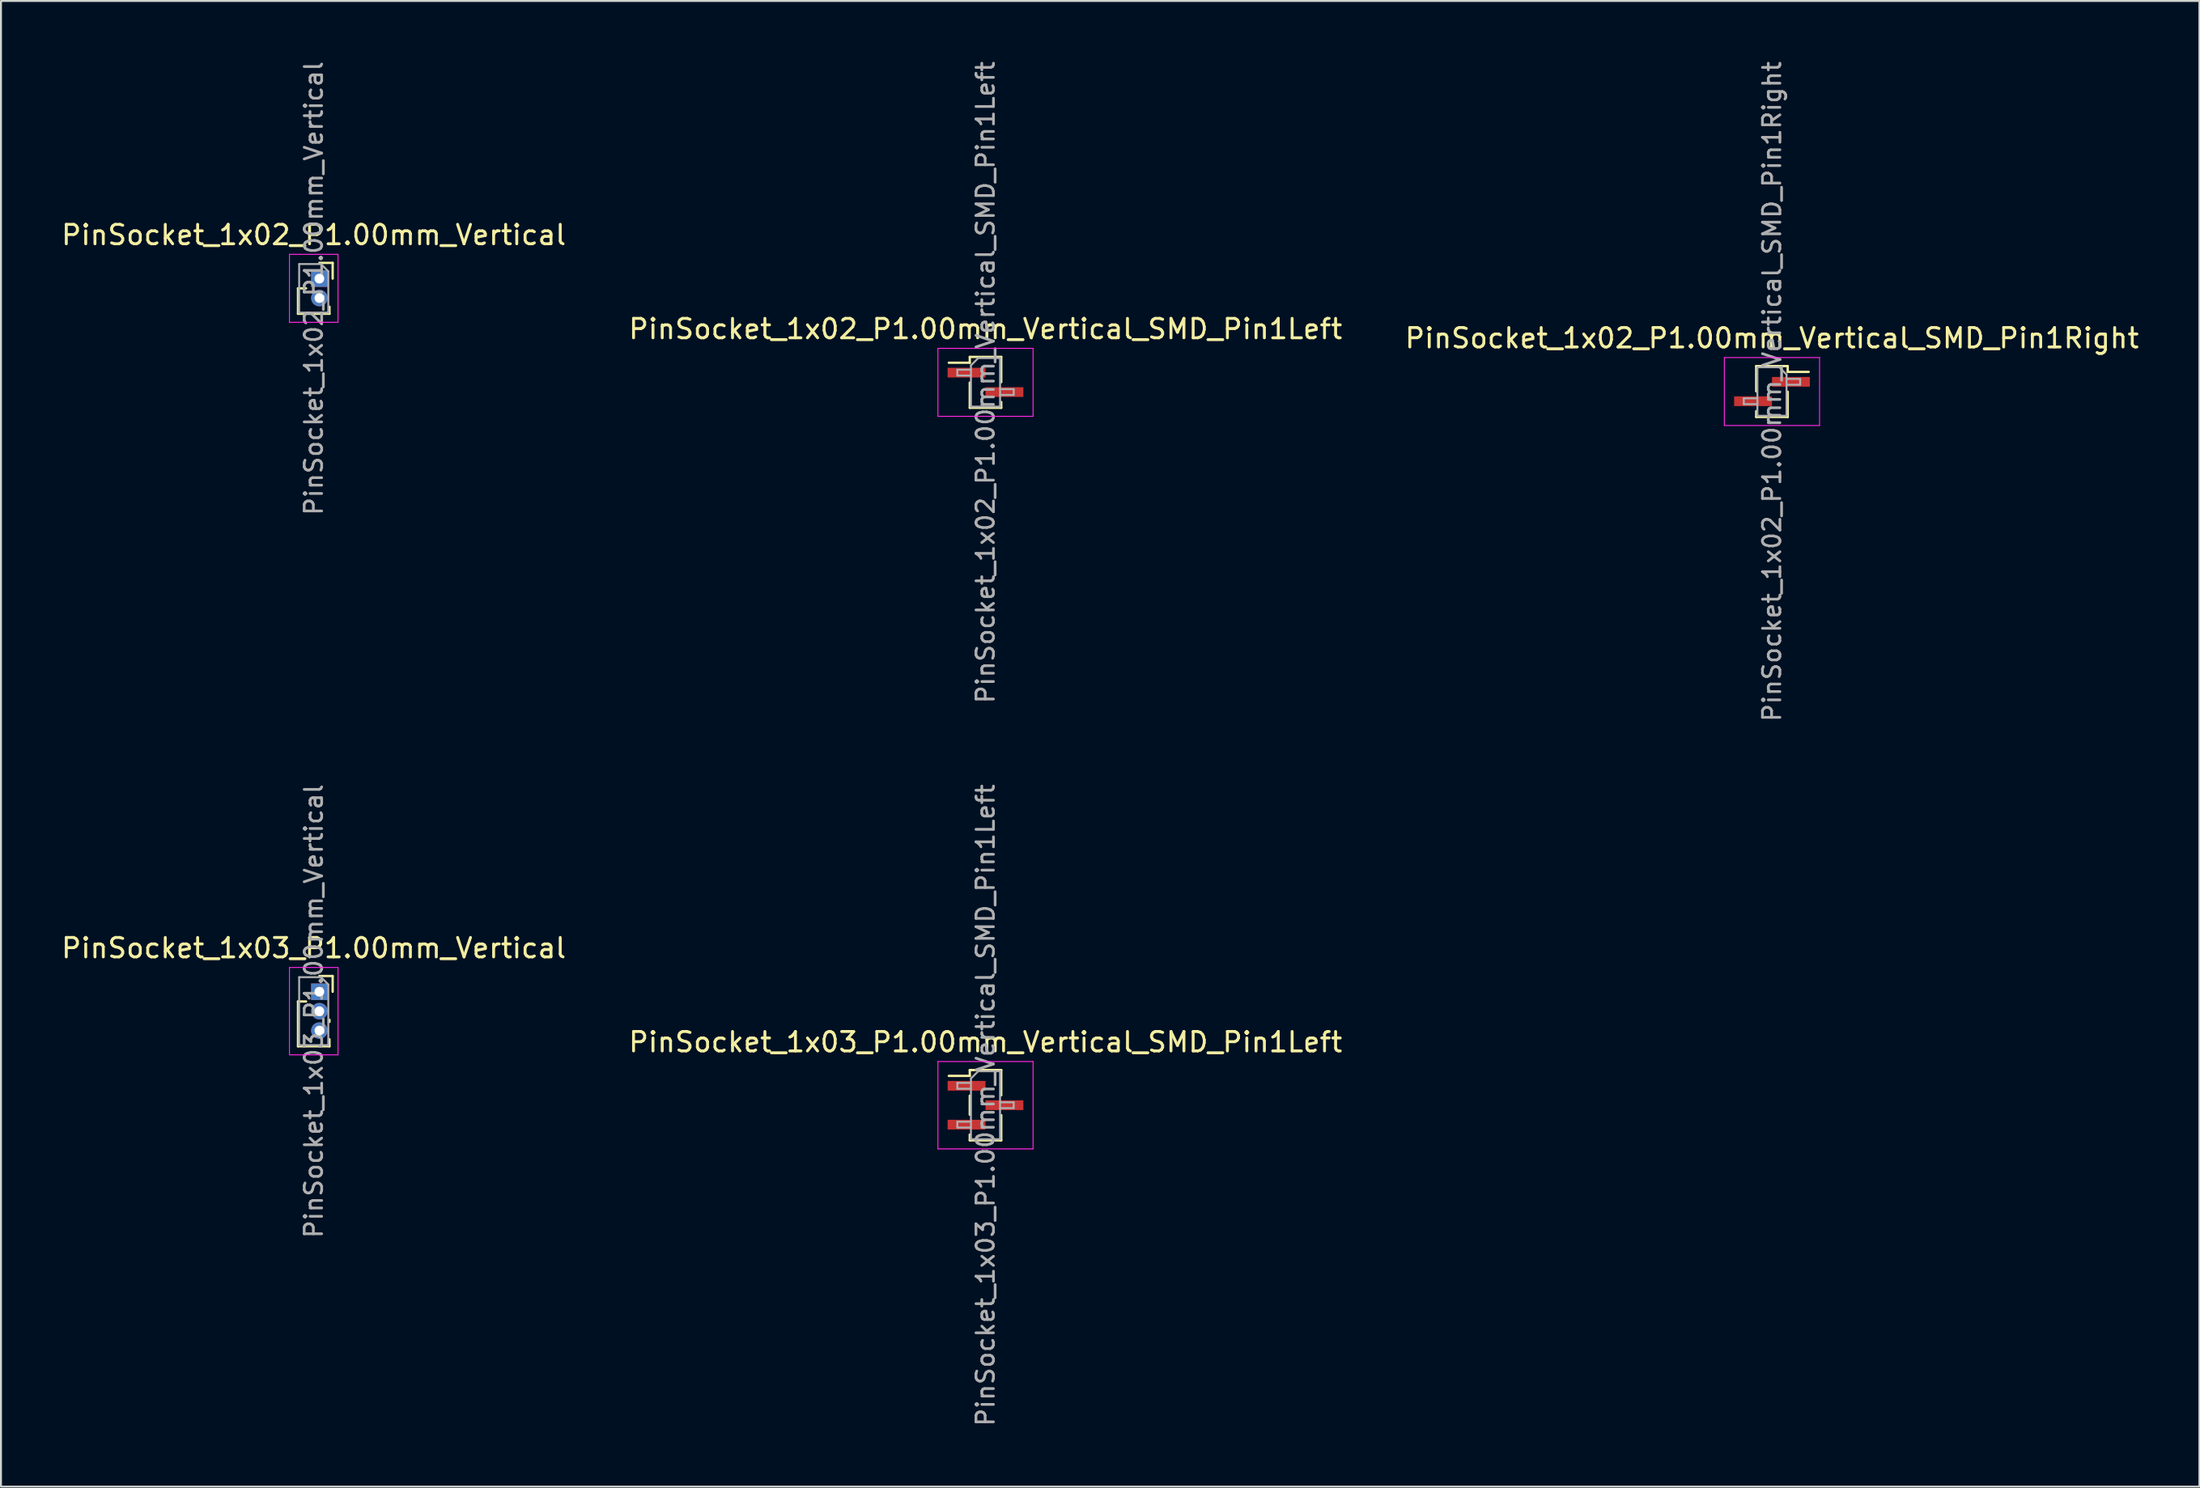
<source format=kicad_pcb>
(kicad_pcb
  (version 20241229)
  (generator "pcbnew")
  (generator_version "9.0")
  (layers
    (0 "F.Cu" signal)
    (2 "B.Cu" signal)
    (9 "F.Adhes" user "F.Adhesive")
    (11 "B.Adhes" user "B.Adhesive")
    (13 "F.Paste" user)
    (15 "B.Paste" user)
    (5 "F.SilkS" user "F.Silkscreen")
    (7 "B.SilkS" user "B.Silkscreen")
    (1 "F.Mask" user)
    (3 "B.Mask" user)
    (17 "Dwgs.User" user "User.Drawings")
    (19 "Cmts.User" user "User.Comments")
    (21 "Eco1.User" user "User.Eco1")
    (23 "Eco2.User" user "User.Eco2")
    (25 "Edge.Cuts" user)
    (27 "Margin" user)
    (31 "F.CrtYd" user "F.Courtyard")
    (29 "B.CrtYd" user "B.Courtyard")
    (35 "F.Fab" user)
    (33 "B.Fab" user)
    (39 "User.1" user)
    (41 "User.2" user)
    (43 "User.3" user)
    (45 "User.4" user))
  (footprint "PinSocket_1x03_P1.00mm_Vertical_SMD_Pin1Left"
    (layer "F.Cu")
    (at 47.685 53.867)
    (property "Reference" "PinSocket_1x03_P1.00mm_Vertical_SMD_Pin1Left" (at 0 -3.25 0) (layer "F.SilkS") (effects (font (size 1 1) (thickness 0.15))))
    (attr smd)
    (fp_line (start -1.89 -1.51) (end -0.81 -1.51) (stroke (width 0.12) (type solid)) (layer "F.SilkS"))
    (fp_line (start -0.81 -1.81) (end -0.81 -1.51) (stroke (width 0.12) (type solid)) (layer "F.SilkS"))
    (fp_line (start -0.81 -1.81) (end 0.81 -1.81) (stroke (width 0.12) (type solid)) (layer "F.SilkS"))
    (fp_line (start -0.81 -0.49) (end -0.81 0.49) (stroke (width 0.12) (type solid)) (layer "F.SilkS"))
    (fp_line (start -0.81 1.51) (end -0.81 1.81) (stroke (width 0.12) (type solid)) (layer "F.SilkS"))
    (fp_line (start -0.81 1.81) (end 0.81 1.81) (stroke (width 0.12) (type solid)) (layer "F.SilkS"))
    (fp_line (start 0.81 -1.81) (end 0.81 -0.51) (stroke (width 0.12) (type solid)) (layer "F.SilkS"))
    (fp_line (start 0.81 0.51) (end 0.81 1.81) (stroke (width 0.12) (type solid)) (layer "F.SilkS"))
    (fp_line (start -2.45 -2.25) (end 2.45 -2.25) (stroke (width 0.05) (type solid)) (layer "F.CrtYd"))
    (fp_line (start -2.45 2.25) (end -2.45 -2.25) (stroke (width 0.05) (type solid)) (layer "F.CrtYd"))
    (fp_line (start 2.45 -2.25) (end 2.45 2.25) (stroke (width 0.05) (type solid)) (layer "F.CrtYd"))
    (fp_line (start 2.45 2.25) (end -2.45 2.25) (stroke (width 0.05) (type solid)) (layer "F.CrtYd"))
    (fp_line (start -1.45 -1.15) (end -0.75 -1.15) (stroke (width 0.1) (type solid)) (layer "F.Fab"))
    (fp_line (start -1.45 -0.85) (end -1.45 -1.15) (stroke (width 0.1) (type solid)) (layer "F.Fab"))
    (fp_line (start -1.45 0.85) (end -0.75 0.85) (stroke (width 0.1) (type solid)) (layer "F.Fab"))
    (fp_line (start -1.45 1.15) (end -1.45 0.85) (stroke (width 0.1) (type solid)) (layer "F.Fab"))
    (fp_line (start -0.75 -1.375) (end -0.375 -1.75) (stroke (width 0.1) (type solid)) (layer "F.Fab"))
    (fp_line (start -0.75 -0.85) (end -1.45 -0.85) (stroke (width 0.1) (type solid)) (layer "F.Fab"))
    (fp_line (start -0.75 1.15) (end -1.45 1.15) (stroke (width 0.1) (type solid)) (layer "F.Fab"))
    (fp_line (start -0.75 1.75) (end -0.75 -1.375) (stroke (width 0.1) (type solid)) (layer "F.Fab"))
    (fp_line (start -0.375 -1.75) (end 0.75 -1.75) (stroke (width 0.1) (type solid)) (layer "F.Fab"))
    (fp_line (start 0.75 -1.75) (end 0.75 1.75) (stroke (width 0.1) (type solid)) (layer "F.Fab"))
    (fp_line (start 0.75 -0.15) (end 1.45 -0.15) (stroke (width 0.1) (type solid)) (layer "F.Fab"))
    (fp_line (start 0.75 1.75) (end -0.75 1.75) (stroke (width 0.1) (type solid)) (layer "F.Fab"))
    (fp_line (start 1.45 -0.15) (end 1.45 0.15) (stroke (width 0.1) (type solid)) (layer "F.Fab"))
    (fp_line (start 1.45 0.15) (end 0.75 0.15) (stroke (width 0.1) (type solid)) (layer "F.Fab"))
    (fp_text user "${REFERENCE}" (at 0 0 90) (layer "F.Fab") (effects (font (size 0.9 0.9) (thickness 0.14))))
    (pad "1" smd rect (at -0.975 -1) (size 1.95 0.5) (layers "F.Cu" "F.Mask" "F.Paste"))
    (pad "2" smd rect (at 0.975 0) (size 1.95 0.5) (layers "F.Cu" "F.Mask" "F.Paste"))
    (pad "3" smd rect (at -0.975 1) (size 1.95 0.5) (layers "F.Cu" "F.Mask" "F.Paste")))
  (footprint "PinSocket_1x02_P1.00mm_Vertical_SMD_Pin1Left"
    (layer "F.Cu")
    (at 47.685 16.641)
    (property "Reference" "PinSocket_1x02_P1.00mm_Vertical_SMD_Pin1Left" (at 0 -2.75 0) (layer "F.SilkS") (effects (font (size 1 1) (thickness 0.15))))
    (attr smd)
    (fp_line (start -1.89 -1.01) (end -0.81 -1.01) (stroke (width 0.12) (type solid)) (layer "F.SilkS"))
    (fp_line (start -0.81 -1.31) (end -0.81 -1.01) (stroke (width 0.12) (type solid)) (layer "F.SilkS"))
    (fp_line (start -0.81 -1.31) (end 0.81 -1.31) (stroke (width 0.12) (type solid)) (layer "F.SilkS"))
    (fp_line (start -0.81 0.01) (end -0.81 1.31) (stroke (width 0.12) (type solid)) (layer "F.SilkS"))
    (fp_line (start -0.81 1.31) (end 0.81 1.31) (stroke (width 0.12) (type solid)) (layer "F.SilkS"))
    (fp_line (start 0.81 -1.31) (end 0.81 -0.01) (stroke (width 0.12) (type solid)) (layer "F.SilkS"))
    (fp_line (start 0.81 1.01) (end 0.81 1.31) (stroke (width 0.12) (type solid)) (layer "F.SilkS"))
    (fp_line (start -2.45 -1.75) (end 2.45 -1.75) (stroke (width 0.05) (type solid)) (layer "F.CrtYd"))
    (fp_line (start -2.45 1.75) (end -2.45 -1.75) (stroke (width 0.05) (type solid)) (layer "F.CrtYd"))
    (fp_line (start 2.45 -1.75) (end 2.45 1.75) (stroke (width 0.05) (type solid)) (layer "F.CrtYd"))
    (fp_line (start 2.45 1.75) (end -2.45 1.75) (stroke (width 0.05) (type solid)) (layer "F.CrtYd"))
    (fp_line (start -1.45 -0.65) (end -0.75 -0.65) (stroke (width 0.1) (type solid)) (layer "F.Fab"))
    (fp_line (start -1.45 -0.35) (end -1.45 -0.65) (stroke (width 0.1) (type solid)) (layer "F.Fab"))
    (fp_line (start -0.75 -0.875) (end -0.375 -1.25) (stroke (width 0.1) (type solid)) (layer "F.Fab"))
    (fp_line (start -0.75 -0.35) (end -1.45 -0.35) (stroke (width 0.1) (type solid)) (layer "F.Fab"))
    (fp_line (start -0.75 1.25) (end -0.75 -0.875) (stroke (width 0.1) (type solid)) (layer "F.Fab"))
    (fp_line (start -0.375 -1.25) (end 0.75 -1.25) (stroke (width 0.1) (type solid)) (layer "F.Fab"))
    (fp_line (start 0.75 -1.25) (end 0.75 1.25) (stroke (width 0.1) (type solid)) (layer "F.Fab"))
    (fp_line (start 0.75 0.35) (end 1.45 0.35) (stroke (width 0.1) (type solid)) (layer "F.Fab"))
    (fp_line (start 0.75 1.25) (end -0.75 1.25) (stroke (width 0.1) (type solid)) (layer "F.Fab"))
    (fp_line (start 1.45 0.35) (end 1.45 0.65) (stroke (width 0.1) (type solid)) (layer "F.Fab"))
    (fp_line (start 1.45 0.65) (end 0.75 0.65) (stroke (width 0.1) (type solid)) (layer "F.Fab"))
    (fp_text user "${REFERENCE}" (at 0 0 90) (layer "F.Fab") (effects (font (size 0.9 0.9) (thickness 0.14))))
    (pad "1" smd rect (at -0.975 -0.5) (size 1.95 0.5) (layers "F.Cu" "F.Mask" "F.Paste"))
    (pad "2" smd rect (at 0.975 0.5) (size 1.95 0.5) (layers "F.Cu" "F.Mask" "F.Paste")))
  (footprint "PinSocket_1x03_P1.00mm_Vertical"
    (layer "F.Cu")
    (at 13.391 48.024)
    (property "Reference" "PinSocket_1x03_P1.00mm_Vertical" (at -0.29 -2.25 0) (layer "F.SilkS") (effects (font (size 1 1) (thickness 0.15))))
    (attr through_hole)
    (fp_line (start -1.1 0.5) (end -1.1 2.81) (stroke (width 0.12) (type solid)) (layer "F.SilkS"))
    (fp_line (start -1.1 0.5) (end -0.685 0.5) (stroke (width 0.12) (type solid)) (layer "F.SilkS"))
    (fp_line (start -1.1 2.81) (end 0.52 2.81) (stroke (width 0.12) (type solid)) (layer "F.SilkS"))
    (fp_line (start 0 -0.81) (end 0.685 -0.81) (stroke (width 0.12) (type solid)) (layer "F.SilkS"))
    (fp_line (start 0.52 1.446) (end 0.52 1.554) (stroke (width 0.12) (type solid)) (layer "F.SilkS"))
    (fp_line (start 0.52 2.446) (end 0.52 2.81) (stroke (width 0.12) (type solid)) (layer "F.SilkS"))
    (fp_line (start 0.685 -0.81) (end 0.685 0) (stroke (width 0.12) (type solid)) (layer "F.SilkS"))
    (fp_line (start -1.54 -1.25) (end 0.96 -1.25) (stroke (width 0.05) (type solid)) (layer "F.CrtYd"))
    (fp_line (start -1.54 3.25) (end -1.54 -1.25) (stroke (width 0.05) (type solid)) (layer "F.CrtYd"))
    (fp_line (start 0.96 -1.25) (end 0.96 3.25) (stroke (width 0.05) (type solid)) (layer "F.CrtYd"))
    (fp_line (start 0.96 3.25) (end -1.54 3.25) (stroke (width 0.05) (type solid)) (layer "F.CrtYd"))
    (fp_line (start -1.04 -0.75) (end 0.085 -0.75) (stroke (width 0.1) (type solid)) (layer "F.Fab"))
    (fp_line (start -1.04 2.75) (end -1.04 -0.75) (stroke (width 0.1) (type solid)) (layer "F.Fab"))
    (fp_line (start 0.085 -0.75) (end 0.46 -0.375) (stroke (width 0.1) (type solid)) (layer "F.Fab"))
    (fp_line (start 0.46 -0.375) (end 0.46 2.75) (stroke (width 0.1) (type solid)) (layer "F.Fab"))
    (fp_line (start 0.46 2.75) (end -1.04 2.75) (stroke (width 0.1) (type solid)) (layer "F.Fab"))
    (fp_text user "${REFERENCE}" (at -0.29 1 90) (layer "F.Fab") (effects (font (size 0.9 0.9) (thickness 0.14))))
    (pad "1" thru_hole rect (at 0 0) (size 0.85 0.85) (drill 0.5) (layers "*.Cu" "*.Mask"))
    (pad "2" thru_hole circle (at 0 1) (size 0.85 0.85) (drill 0.5) (layers "*.Cu" "*.Mask"))
    (pad "3" thru_hole circle (at 0 2) (size 0.85 0.85) (drill 0.5) (layers "*.Cu" "*.Mask")))
  (footprint "PinSocket_1x02_P1.00mm_Vertical"
    (layer "F.Cu")
    (at 13.391 11.299)
    (property "Reference" "PinSocket_1x02_P1.00mm_Vertical" (at -0.29 -2.25 0) (layer "F.SilkS") (effects (font (size 1 1) (thickness 0.15))))
    (attr through_hole)
    (fp_line (start -1.1 0.5) (end -1.1 1.81) (stroke (width 0.12) (type solid)) (layer "F.SilkS"))
    (fp_line (start -1.1 0.5) (end -0.685 0.5) (stroke (width 0.12) (type solid)) (layer "F.SilkS"))
    (fp_line (start -1.1 1.81) (end 0.52 1.81) (stroke (width 0.12) (type solid)) (layer "F.SilkS"))
    (fp_line (start 0 -0.81) (end 0.685 -0.81) (stroke (width 0.12) (type solid)) (layer "F.SilkS"))
    (fp_line (start 0.52 1.446) (end 0.52 1.81) (stroke (width 0.12) (type solid)) (layer "F.SilkS"))
    (fp_line (start 0.685 -0.81) (end 0.685 0) (stroke (width 0.12) (type solid)) (layer "F.SilkS"))
    (fp_line (start -1.54 -1.25) (end 0.96 -1.25) (stroke (width 0.05) (type solid)) (layer "F.CrtYd"))
    (fp_line (start -1.54 2.25) (end -1.54 -1.25) (stroke (width 0.05) (type solid)) (layer "F.CrtYd"))
    (fp_line (start 0.96 -1.25) (end 0.96 2.25) (stroke (width 0.05) (type solid)) (layer "F.CrtYd"))
    (fp_line (start 0.96 2.25) (end -1.54 2.25) (stroke (width 0.05) (type solid)) (layer "F.CrtYd"))
    (fp_line (start -1.04 -0.75) (end 0.085 -0.75) (stroke (width 0.1) (type solid)) (layer "F.Fab"))
    (fp_line (start -1.04 1.75) (end -1.04 -0.75) (stroke (width 0.1) (type solid)) (layer "F.Fab"))
    (fp_line (start 0.085 -0.75) (end 0.46 -0.375) (stroke (width 0.1) (type solid)) (layer "F.Fab"))
    (fp_line (start 0.46 -0.375) (end 0.46 1.75) (stroke (width 0.1) (type solid)) (layer "F.Fab"))
    (fp_line (start 0.46 1.75) (end -1.04 1.75) (stroke (width 0.1) (type solid)) (layer "F.Fab"))
    (fp_text user "${REFERENCE}" (at -0.29 0.5 90) (layer "F.Fab") (effects (font (size 0.9 0.9) (thickness 0.14))))
    (pad "1" thru_hole rect (at 0 0) (size 0.85 0.85) (drill 0.5) (layers "*.Cu" "*.Mask"))
    (pad "2" thru_hole circle (at 0 1) (size 0.85 0.85) (drill 0.5) (layers "*.Cu" "*.Mask")))
  (footprint "PinSocket_1x02_P1.00mm_Vertical_SMD_Pin1Right"
    (layer "F.Cu")
    (at 88.173 17.113)
    (property "Reference" "PinSocket_1x02_P1.00mm_Vertical_SMD_Pin1Right" (at 0 -2.75 0) (layer "F.SilkS") (effects (font (size 1 1) (thickness 0.15))))
    (attr smd)
    (fp_line (start -0.81 -1.31) (end -0.81 -0.01) (stroke (width 0.12) (type solid)) (layer "F.SilkS"))
    (fp_line (start -0.81 -1.31) (end 0.81 -1.31) (stroke (width 0.12) (type solid)) (layer "F.SilkS"))
    (fp_line (start -0.81 1.01) (end -0.81 1.31) (stroke (width 0.12) (type solid)) (layer "F.SilkS"))
    (fp_line (start -0.81 1.31) (end 0.81 1.31) (stroke (width 0.12) (type solid)) (layer "F.SilkS"))
    (fp_line (start 0.81 -1.31) (end 0.81 -1.01) (stroke (width 0.12) (type solid)) (layer "F.SilkS"))
    (fp_line (start 0.81 -1.01) (end 1.89 -1.01) (stroke (width 0.12) (type solid)) (layer "F.SilkS"))
    (fp_line (start 0.81 0.01) (end 0.81 1.31) (stroke (width 0.12) (type solid)) (layer "F.SilkS"))
    (fp_line (start -2.45 -1.75) (end 2.45 -1.75) (stroke (width 0.05) (type solid)) (layer "F.CrtYd"))
    (fp_line (start -2.45 1.75) (end -2.45 -1.75) (stroke (width 0.05) (type solid)) (layer "F.CrtYd"))
    (fp_line (start 2.45 -1.75) (end 2.45 1.75) (stroke (width 0.05) (type solid)) (layer "F.CrtYd"))
    (fp_line (start 2.45 1.75) (end -2.45 1.75) (stroke (width 0.05) (type solid)) (layer "F.CrtYd"))
    (fp_line (start -1.45 0.35) (end -0.75 0.35) (stroke (width 0.1) (type solid)) (layer "F.Fab"))
    (fp_line (start -1.45 0.65) (end -1.45 0.35) (stroke (width 0.1) (type solid)) (layer "F.Fab"))
    (fp_line (start -0.75 -1.25) (end 0.375 -1.25) (stroke (width 0.1) (type solid)) (layer "F.Fab"))
    (fp_line (start -0.75 0.65) (end -1.45 0.65) (stroke (width 0.1) (type solid)) (layer "F.Fab"))
    (fp_line (start -0.75 1.25) (end -0.75 -1.25) (stroke (width 0.1) (type solid)) (layer "F.Fab"))
    (fp_line (start 0.375 -1.25) (end 0.75 -0.875) (stroke (width 0.1) (type solid)) (layer "F.Fab"))
    (fp_line (start 0.75 -0.875) (end 0.75 1.25) (stroke (width 0.1) (type solid)) (layer "F.Fab"))
    (fp_line (start 0.75 -0.65) (end 1.45 -0.65) (stroke (width 0.1) (type solid)) (layer "F.Fab"))
    (fp_line (start 0.75 1.25) (end -0.75 1.25) (stroke (width 0.1) (type solid)) (layer "F.Fab"))
    (fp_line (start 1.45 -0.65) (end 1.45 -0.35) (stroke (width 0.1) (type solid)) (layer "F.Fab"))
    (fp_line (start 1.45 -0.35) (end 0.75 -0.35) (stroke (width 0.1) (type solid)) (layer "F.Fab"))
    (fp_text user "${REFERENCE}" (at 0 0 90) (layer "F.Fab") (effects (font (size 0.9 0.9) (thickness 0.14))))
    (pad "1" smd rect (at 0.975 -0.5) (size 1.95 0.5) (layers "F.Cu" "F.Mask" "F.Paste"))
    (pad "2" smd rect (at -0.975 0.5) (size 1.95 0.5) (layers "F.Cu" "F.Mask" "F.Paste")))
  (gr_rect
    (start -3 -3)
    (end 110.179 73.509)
    (stroke (width 0.1) (type default))
    (fill no)
    (layer "Edge.Cuts")))
</source>
